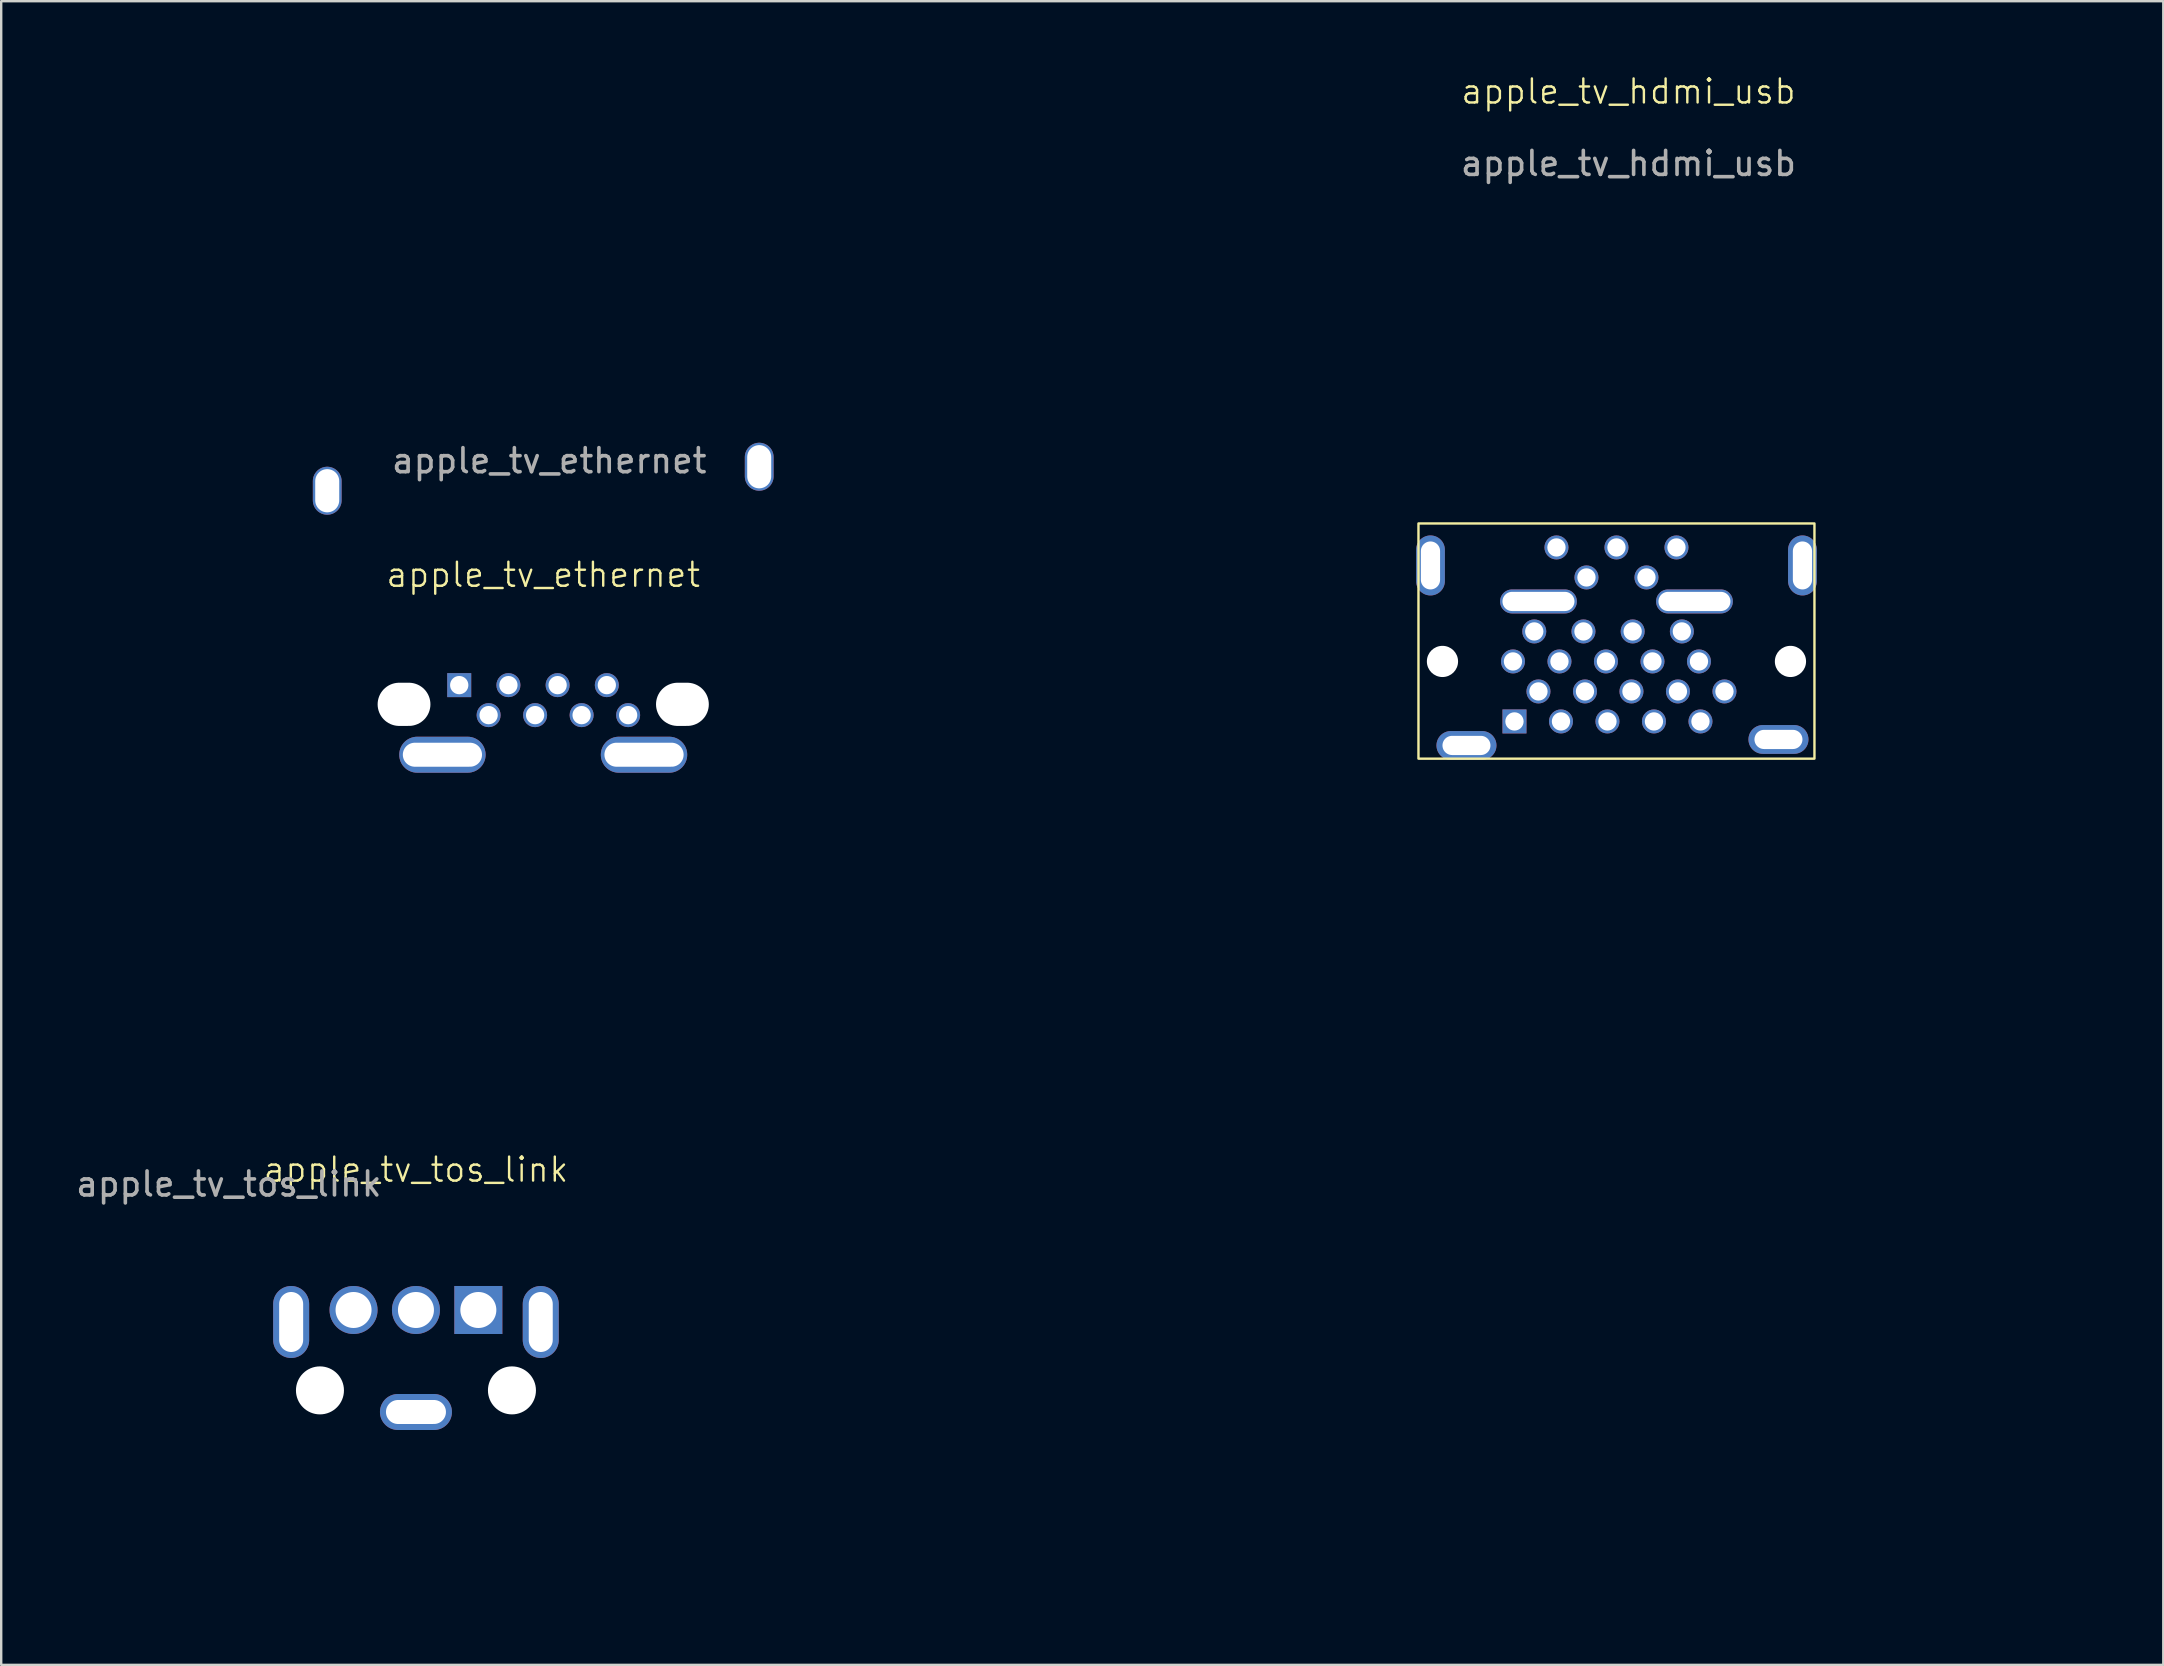
<source format=kicad_pcb>
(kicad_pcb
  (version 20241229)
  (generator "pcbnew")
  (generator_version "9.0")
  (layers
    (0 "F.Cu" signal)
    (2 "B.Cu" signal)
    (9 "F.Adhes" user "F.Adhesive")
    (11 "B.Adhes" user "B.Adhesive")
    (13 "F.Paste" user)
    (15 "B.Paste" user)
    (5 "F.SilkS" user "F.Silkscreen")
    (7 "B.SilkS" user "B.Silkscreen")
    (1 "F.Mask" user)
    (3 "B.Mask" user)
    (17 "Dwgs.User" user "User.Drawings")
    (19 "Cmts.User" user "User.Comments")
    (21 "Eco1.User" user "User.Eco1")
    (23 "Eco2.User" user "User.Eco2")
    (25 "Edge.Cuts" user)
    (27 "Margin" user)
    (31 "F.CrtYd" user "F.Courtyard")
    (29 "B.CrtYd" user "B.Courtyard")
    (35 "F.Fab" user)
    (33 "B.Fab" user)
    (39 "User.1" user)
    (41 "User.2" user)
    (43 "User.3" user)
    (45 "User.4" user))
  (footprint "apple_tv_tos_link"
    (layer "F.Cu")
    (at 14.282 49.485)
    (property "Reference" "apple_tv_tos_link" (at 0 -3.8 0) (unlocked yes) (layer "F.SilkS") (effects (font (size 1 1) (thickness 0.1))))
    (attr through_hole)
    (fp_rect (start -5.925 -0.5) (end 5.925 7) (stroke (width 0.1) (type default)) (fill no) (layer "User.9"))
    (fp_rect (start -5.037 -12.4) (end 5.037 -0.5) (stroke (width 0.1) (type default)) (fill no) (layer "User.9"))
    (fp_text user "${REFERENCE}" (at -7.8 -3.2 0) (unlocked yes) (layer "F.Fab") (effects (font (size 1 1) (thickness 0.15))))
    (dimension (type aligned) (layer "User.1") (pts (xy 19.532 49.485) (xy 19.532 56.485)) (height -4.25) (format (prefix "") (suffix "") (units 3) (units_format 1) (precision 4)) (style (thickness 0.1) (arrow_length 1.27) (text_position_mode 0) (arrow_direction outward) (extension_height 0.586) (extension_offset 0.5) (keep_text_aligned yes)) (gr_text "7.0000 mm" (at 22.632 52.985 90) (layer "User.1") (effects (font (size 1 1) (thickness 0.15)))))
    (dimension (type aligned) (layer "User.1") (pts (xy 14.282 51.885) (xy 16.882 51.885)) (height -2.8) (format (prefix "") (suffix "") (units 3) (units_format 1) (precision 4)) (style (thickness 0.1) (arrow_length 1.27) (text_position_mode 0) (arrow_direction outward) (extension_height 0.586) (extension_offset 0.5) (keep_text_aligned yes)) (gr_text "2.6000 mm" (at 15.582 47.935 0) (layer "User.1") (effects (font (size 1 1) (thickness 0.15)))))
    (dimension (type aligned) (layer "User.1") (pts (xy 14.282 51.535) (xy 14.282 48.985)) (height -8.31) (format (prefix "") (suffix "") (units 3) (units_format 1) (precision 4)) (style (thickness 0.1) (arrow_length 1.27) (text_position_mode 0) (arrow_direction outward) (extension_height 0.586) (extension_offset 0.5) (keep_text_aligned yes)) (gr_text "2.5500 mm" (at 4.822 50.26 90) (layer "User.1") (effects (font (size 1 1) (thickness 0.15)))))
    (dimension (type aligned) (layer "User.1") (pts (xy 8.282 56.485) (xy 20.082 56.485)) (height 6.2) (format (prefix "") (suffix "") (units 3) (units_format 1) (precision 4)) (style (thickness 0.1) (arrow_length 1.27) (text_position_mode 0) (arrow_direction outward) (extension_height 0.586) (extension_offset 0.5) (keep_text_aligned yes)) (gr_text "11.8000 mm" (at 14.182 61.535 0) (layer "User.1") (effects (font (size 1 1) (thickness 0.15)))))
    (dimension (type aligned) (layer "User.1") (pts (xy 19.532 49.485) (xy 19.532 37.485)) (height 4.25) (format (prefix "") (suffix "") (units 3) (units_format 1) (precision 4)) (style (thickness 0.1) (arrow_length 1.27) (text_position_mode 0) (arrow_direction outward) (extension_height 0.586) (extension_offset 0.5) (keep_text_aligned yes)) (gr_text "12.0000 mm" (at 22.632 43.485 90) (layer "User.1") (effects (font (size 1 1) (thickness 0.15)))))
    (pad "" np_thru_hole circle (at -4 5.4) (size 2 2) (drill 2) (layers "*.Cu" "*.Mask"))
    (pad "" np_thru_hole circle (at 4 5.4) (size 2 2) (drill 2) (layers "*.Cu" "*.Mask"))
    (pad "1" thru_hole rect (at 2.6 2.05) (size 2 2) (drill 1.5) (layers "*.Cu" "*.Mask"))
    (pad "2" thru_hole circle (at 0 2.05) (size 2 2) (drill 1.5) (layers "*.Cu" "*.Mask"))
    (pad "3" thru_hole oval (at -2.6 2.05) (size 2 2) (drill 1.5) (layers "*.Cu" "*.Mask"))
    (pad "4" thru_hole oval (at -5.2 2.55 90) (size 3 1.5) (drill oval 2.5 1) (layers "*.Cu" "*.Mask"))
    (pad "4" thru_hole oval (at 0 6.3) (size 3 1.5) (drill oval 2.5 1) (layers "*.Cu" "*.Mask"))
    (pad "4" thru_hole oval (at 5.2 2.55 90) (size 3 1.5) (drill oval 2.5 1) (layers "*.Cu" "*.Mask")))
  (footprint "apple_tv_ethernet"
    (layer "F.Cu")
    (at 19.585 21.398)
    (property "Reference" "apple_tv_ethernet" (at 0 -0.5 0) (unlocked yes) (layer "F.SilkS") (effects (font (size 1 1) (thickness 0.1))))
    (attr smd)
    (fp_line (start -7.5 -0.3) (end 7.5 -0.3) (stroke (width 0.1) (type default)) (layer "User.9"))
    (fp_rect (start -7.5 -15.5) (end 7.5 7) (stroke (width 0.1) (type default)) (fill no) (layer "User.9"))
    (fp_text user "${REFERENCE}" (at 0.25 -5.25 0) (unlocked yes) (layer "F.Fab") (effects (font (size 1 1) (thickness 0.15))))
    (dimension (type aligned) (layer "User.1") (pts (xy 15.385 28.398) (xy 23.785 28.398)) (height 2.2) (format (prefix "") (suffix "") (units 3) (units_format 1) (precision 4)) (style (thickness 0.1) (arrow_length 1.27) (text_position_mode 0) (arrow_direction outward) (extension_height 0.586) (extension_offset 0.5) (keep_text_aligned yes)) (gr_text "8.4000 mm" (at 19.585 29.448 0) (layer "User.1") (effects (font (size 1 1) (thickness 0.15)))))
    (dimension (type aligned) (layer "User.1") (pts (xy 12.085 21.398) (xy 12.085 18.398)) (height 22.75) (format (prefix "") (suffix "") (units 3) (units_format 1) (precision 4)) (style (thickness 0.1) (arrow_length 1.27) (text_position_mode 0) (arrow_direction outward) (extension_height 0.586) (extension_offset 0.5) (keep_text_aligned yes)) (gr_text "3.0000 mm" (at 33.685 19.898 90) (layer "User.1") (effects (font (size 1 1) (thickness 0.15)))))
    (dimension (type aligned) (layer "User.1") (pts (xy 12.085 21.398) (xy 12.085 6.098)) (height -6) (format (prefix "") (suffix "") (units 3) (units_format 1) (precision 4)) (style (thickness 0.1) (arrow_length 1.27) (text_position_mode 0) (arrow_direction outward) (extension_height 0.586) (extension_offset 0.5) (keep_text_aligned yes)) (gr_text "15.3000 mm" (at 4.935 13.748 90) (layer "User.1") (effects (font (size 1 1) (thickness 0.15)))))
    (dimension (type aligned) (layer "User.1") (pts (xy 28.585 17.398) (xy 28.585 18.398)) (height 2) (format (prefix "") (suffix "") (units 3) (units_format 1) (precision 4)) (style (thickness 0.1) (arrow_length 1.27) (text_position_mode 0) (arrow_direction outward) (extension_height 0.586) (extension_offset 0.5) (keep_text_aligned yes)) (gr_text "1.0000 mm" (at 25.435 17.898 90) (layer "User.1") (effects (font (size 1 1) (thickness 0.15)))))
    (dimension (type aligned) (layer "User.1") (pts (xy 12.085 28.398) (xy 27.085 28.398)) (height 5) (format (prefix "") (suffix "") (units 3) (units_format 1) (precision 4)) (style (thickness 0.1) (arrow_length 1.27) (text_position_mode 0) (arrow_direction outward) (extension_height 0.586) (extension_offset 0.5) (keep_text_aligned yes)) (gr_text "15.0000 mm" (at 19.585 32.248 0) (layer "User.1") (effects (font (size 1 1) (thickness 0.15)))))
    (dimension (type aligned) (layer "User.1") (pts (xy 10.585 17.398) (xy 28.585 17.398)) (height -15.4) (format (prefix "") (suffix "") (units 3) (units_format 1) (precision 4)) (style (thickness 0.1) (arrow_length 1.27) (text_position_mode 0) (arrow_direction outward) (extension_height 0.586) (extension_offset 0.5) (keep_text_aligned yes)) (gr_text "18.0000 mm" (at 19.585 0.848 0) (layer "User.1") (effects (font (size 1 1) (thickness 0.15)))))
    (dimension (type aligned) (layer "User.1") (pts (xy 25.585 28.398) (xy 25.585 21.398)) (height 16.25) (format (prefix "") (suffix "") (units 3) (units_format 1) (precision 4)) (style (thickness 0.1) (arrow_length 1.27) (text_position_mode 2) (arrow_direction outward) (extension_height 0.586) (extension_offset 0.5) (keep_text_aligned yes)) (gr_text "7.0000 mm" (at 28.585 23.398 90) (layer "User.1") (effects (font (size 1 1) (thickness 0.15)))))
    (pad "" np_thru_hole oval (at -5.8 4.9) (size 2.2 1.8) (drill oval 2.2 1.8) (layers "*.Cu" "*.Mask"))
    (pad "" np_thru_hole oval (at 5.8 4.9) (size 2.2 1.8) (drill oval 2.2 1.8) (layers "*.Cu" "*.Mask"))
    (pad "1" thru_hole rect (at -3.5 4.1) (size 1 1) (drill 0.762) (layers "*.Cu" "*.Mask"))
    (pad "2" thru_hole circle (at -2.275 5.35) (size 1 1) (drill 0.762) (layers "*.Cu" "*.Mask"))
    (pad "3" thru_hole circle (at -1.45 4.1) (size 1 1) (drill 0.762) (layers "*.Cu" "*.Mask"))
    (pad "4" thru_hole circle (at -0.338 5.35) (size 1 1) (drill 0.762) (layers "*.Cu" "*.Mask"))
    (pad "5" thru_hole circle (at 0.6 4.1) (size 1 1) (drill 0.762) (layers "*.Cu" "*.Mask"))
    (pad "6" thru_hole circle (at 1.6 5.35) (size 1 1) (drill 0.762) (layers "*.Cu" "*.Mask"))
    (pad "7" thru_hole circle (at 2.65 4.1) (size 1 1) (drill 0.762) (layers "*.Cu" "*.Mask"))
    (pad "8" thru_hole circle (at 3.538 5.35) (size 1 1) (drill 0.762) (layers "*.Cu" "*.Mask"))
    (pad "9" thru_hole oval (at -9 -4 90) (size 2 1.2) (drill oval 1.8 1) (layers "*.Cu" "*.Mask"))
    (pad "9" thru_hole oval (at -4.2 7) (size 3.6 1.5) (drill oval 3.3 1) (layers "*.Cu" "*.Mask"))
    (pad "9" thru_hole oval (at 4.2 7) (size 3.6 1.5) (drill oval 3.3 1) (layers "*.Cu" "*.Mask"))
    (pad "9" thru_hole oval (at 9 -5 90) (size 2 1.2) (drill oval 1.8 1) (layers "*.Cu" "*.Mask")))
  (footprint "apple_tv_hdmi_usb"
    (layer "F.Cu")
    (at 64.305 18.761)
    (property "Reference" "apple_tv_hdmi_usb" (at 0.5 -18 0) (unlocked yes) (layer "F.SilkS") (effects (font (size 1 1) (thickness 0.1))))
    (attr through_hole)
    (fp_rect (start -8.25 0) (end 8.25 9.8) (stroke (width 0.1) (type default)) (fill no) (layer "F.SilkS"))
    (fp_rect (start -8.25 -10.25) (end 8.25 9.75) (stroke (width 0.1) (type default)) (fill no) (layer "Margin"))
    (fp_text user "${REFERENCE}" (at 0.5 -15 0) (unlocked yes) (layer "F.Fab") (effects (font (size 1 1) (thickness 0.15))))
    (dimension (type aligned) (layer "User.1") (pts (xy 56.055 8.511) (xy 72.555 8.511)) (height -2.25) (format (prefix "") (suffix "") (units 3) (units_format 1) (precision 4)) (style (thickness 0.1) (arrow_length 1.27) (text_position_mode 0) (arrow_direction outward) (extension_height 0.586) (extension_offset 0.5) (keep_text_aligned yes)) (gr_text "16.5000 mm" (at 64.305 5.111 0) (layer "User.1") (effects (font (size 1 1) (thickness 0.15)))))
    (dimension (type aligned) (layer "User.1") (pts (xy 56.055 18.761) (xy 56.055 8.261)) (height -4.5) (format (prefix "") (suffix "") (units 3) (units_format 1) (precision 4)) (style (thickness 0.1) (arrow_length 1.27) (text_position_mode 0) (arrow_direction outward) (extension_height 0.586) (extension_offset 0.5) (keep_text_aligned yes)) (gr_text "10.5000 mm" (at 50.405 13.511 90) (layer "User.1") (effects (font (size 1 1) (thickness 0.15)))))
    (dimension (type aligned) (layer "User.1") (pts (xy 70.055 28.511) (xy 70.055 27.511)) (height -14.5) (format (prefix "") (suffix "") (units 3) (units_format 1) (precision 4)) (style (thickness 0.1) (arrow_length 1.27) (text_position_mode 2) (arrow_direction outward) (extension_height 0.586) (extension_offset 0.5) (keep_text_aligned yes)) (gr_text "1.0000 mm" (at 55.555 31.511 90) (layer "User.1") (effects (font (size 1 1) (thickness 0.15)))))
    (dimension (type aligned) (layer "User.1") (pts (xy 72.555 8.511) (xy 72.555 28.561)) (height -7.75) (format (prefix "") (suffix "") (units 3) (units_format 1) (precision 4)) (style (thickness 0.1) (arrow_length 1.27) (text_position_mode 0) (arrow_direction outward) (extension_height 0.586) (extension_offset 0.5) (keep_text_aligned yes)) (gr_text "20.0500 mm" (at 79.155 18.535 90) (layer "User.1") (effects (font (size 1 1) (thickness 0.15)))))
    (dimension (type aligned) (layer "User.1") (pts (xy 68.805 25.761) (xy 68.805 26.761)) (height -6.25) (format (prefix "") (suffix "") (units 3) (units_format 1) (precision 4)) (style (thickness 0.1) (arrow_length 1.27) (text_position_mode 0) (arrow_direction outward) (extension_height 0.586) (extension_offset 0.5) (keep_text_aligned yes)) (gr_text "1.0000 mm" (at 73.905 26.261 90) (layer "User.1") (effects (font (size 1 1) (thickness 0.15)))))
    (dimension (type aligned) (layer "User.1") (pts (xy 60.88 24.011) (xy 67.03 24.011)) (height 6.5) (format (prefix "") (suffix "") (units 3) (units_format 1) (precision 4)) (style (thickness 0.1) (arrow_length 1.27) (text_position_mode 0) (arrow_direction outward) (extension_height 0.586) (extension_offset 0.5) (keep_text_aligned yes)) (gr_text "6.1500 mm" (at 63.955 29.36 0) (layer "User.1") (effects (font (size 1 1) (thickness 0.15)))))
    (dimension (type aligned) (layer "User.1") (pts (xy 56.055 28.561) (xy 56.055 18.761)) (height -3.75) (format (prefix "") (suffix "") (units 3) (units_format 1) (precision 4)) (style (thickness 0.1) (arrow_length 1.27) (text_position_mode 0) (arrow_direction outward) (extension_height 0.586) (extension_offset 0.5) (keep_text_aligned yes)) (gr_text "9.8000 mm" (at 51.155 23.66 90) (layer "User.1") (effects (font (size 1 1) (thickness 0.15)))))
    (dimension (type aligned) (layer "User.1") (pts (xy 56.555 18.761) (xy 56.555 19.261)) (height -19.25) (format (prefix "") (suffix "") (units 3) (units_format 1) (precision 4)) (style (thickness 0.1) (arrow_length 1.27) (text_position_mode 0) (arrow_direction outward) (extension_height 0.586) (extension_offset 0.5) (keep_text_aligned yes)) (gr_text "0.5000 mm" (at 74.655 19.011 90) (layer "User.1") (effects (font (size 1 1) (thickness 0.15)))))
    (pad "" np_thru_hole circle (at -7.25 5.75 90) (size 1.3 1.3) (drill 1.3) (layers "*.Cu" "*.Mask"))
    (pad "" np_thru_hole circle (at 7.25 5.75 90) (size 1.3 1.3) (drill 1.3) (layers "*.Cu" "*.Mask"))
    (pad "1" thru_hole rect (at -4.25 8.25) (size 1 1) (drill 0.762) (layers "*.Cu" "*.Mask"))
    (pad "2" thru_hole circle (at -4.312 5.75) (size 1 1) (drill 0.762) (layers "*.Cu" "*.Mask"))
    (pad "3" thru_hole circle (at -3.25 7) (size 1 1) (drill 0.762) (layers "*.Cu" "*.Mask"))
    (pad "4" thru_hole circle (at -3.425 4.5) (size 1 1) (drill 0.762) (layers "*.Cu" "*.Mask"))
    (pad "5" thru_hole circle (at -2.312 8.25) (size 1 1) (drill 0.762) (layers "*.Cu" "*.Mask"))
    (pad "6" thru_hole circle (at -2.375 5.75) (size 1 1) (drill 0.762) (layers "*.Cu" "*.Mask"))
    (pad "7" thru_hole circle (at -1.312 7) (size 1 1) (drill 0.762) (layers "*.Cu" "*.Mask"))
    (pad "8" thru_hole circle (at -1.375 4.5) (size 1 1) (drill 0.762) (layers "*.Cu" "*.Mask"))
    (pad "9" thru_hole circle (at -0.375 8.25) (size 1 1) (drill 0.762) (layers "*.Cu" "*.Mask"))
    (pad "10" thru_hole circle (at -0.438 5.75) (size 1 1) (drill 0.762) (layers "*.Cu" "*.Mask"))
    (pad "11" thru_hole circle (at 0.625 7) (size 1 1) (drill 0.762) (layers "*.Cu" "*.Mask"))
    (pad "12" thru_hole circle (at 0.675 4.5) (size 1 1) (drill 0.762) (layers "*.Cu" "*.Mask"))
    (pad "13" thru_hole circle (at 1.562 8.25) (size 1 1) (drill 0.762) (layers "*.Cu" "*.Mask"))
    (pad "14" thru_hole circle (at 1.5 5.75) (size 1 1) (drill 0.762) (layers "*.Cu" "*.Mask"))
    (pad "15" thru_hole circle (at 2.562 7) (size 1 1) (drill 0.762) (layers "*.Cu" "*.Mask"))
    (pad "16" thru_hole circle (at 2.725 4.5) (size 1 1) (drill 0.762) (layers "*.Cu" "*.Mask"))
    (pad "17" thru_hole circle (at 3.5 8.25) (size 1 1) (drill 0.762) (layers "*.Cu" "*.Mask"))
    (pad "18" thru_hole circle (at 3.438 5.75) (size 1 1) (drill 0.762) (layers "*.Cu" "*.Mask"))
    (pad "19" thru_hole circle (at 4.5 7) (size 1 1) (drill 0.762) (layers "*.Cu" "*.Mask"))
    (pad "20" thru_hole circle (at -2.5 1) (size 1 1) (drill 0.762) (layers "*.Cu" "*.Mask"))
    (pad "21" thru_hole circle (at 0 1) (size 1 1) (drill 0.762) (layers "*.Cu" "*.Mask"))
    (pad "22" thru_hole circle (at -1.25 2.25) (size 1 1) (drill 0.762) (layers "*.Cu" "*.Mask"))
    (pad "23" thru_hole circle (at 1.25 2.25) (size 1 1) (drill 0.762) (layers "*.Cu" "*.Mask"))
    (pad "24" thru_hole circle (at 2.5 1) (size 1 1) (drill 0.762) (layers "*.Cu" "*.Mask"))
    (pad "25" thru_hole oval (at -7.75 1.75 90) (size 2.5 1.2) (drill oval 2 0.8) (layers "*.Cu" "*.Mask"))
    (pad "25" thru_hole oval (at -6.25 9.25) (size 2.5 1.2) (drill oval 2 0.8) (layers "*.Cu" "*.Mask"))
    (pad "25" thru_hole oval (at -3.25 3.25) (size 3.2 1) (drill oval 3 0.8) (layers "*.Cu" "*.Mask"))
    (pad "25" thru_hole oval (at 3.25 3.25) (size 3.2 1) (drill oval 3 0.8) (layers "*.Cu" "*.Mask"))
    (pad "25" thru_hole oval (at 6.75 9) (size 2.5 1.2) (drill oval 2 0.8) (layers "*.Cu" "*.Mask"))
    (pad "25" thru_hole oval (at 7.75 1.75 90) (size 2.5 1.2) (drill oval 2 0.8) (layers "*.Cu" "*.Mask")))
  (gr_rect
    (start -3 -3)
    (end 87.09 66.321)
    (stroke (width 0.1) (type default))
    (fill no)
    (layer "Edge.Cuts")))
</source>
